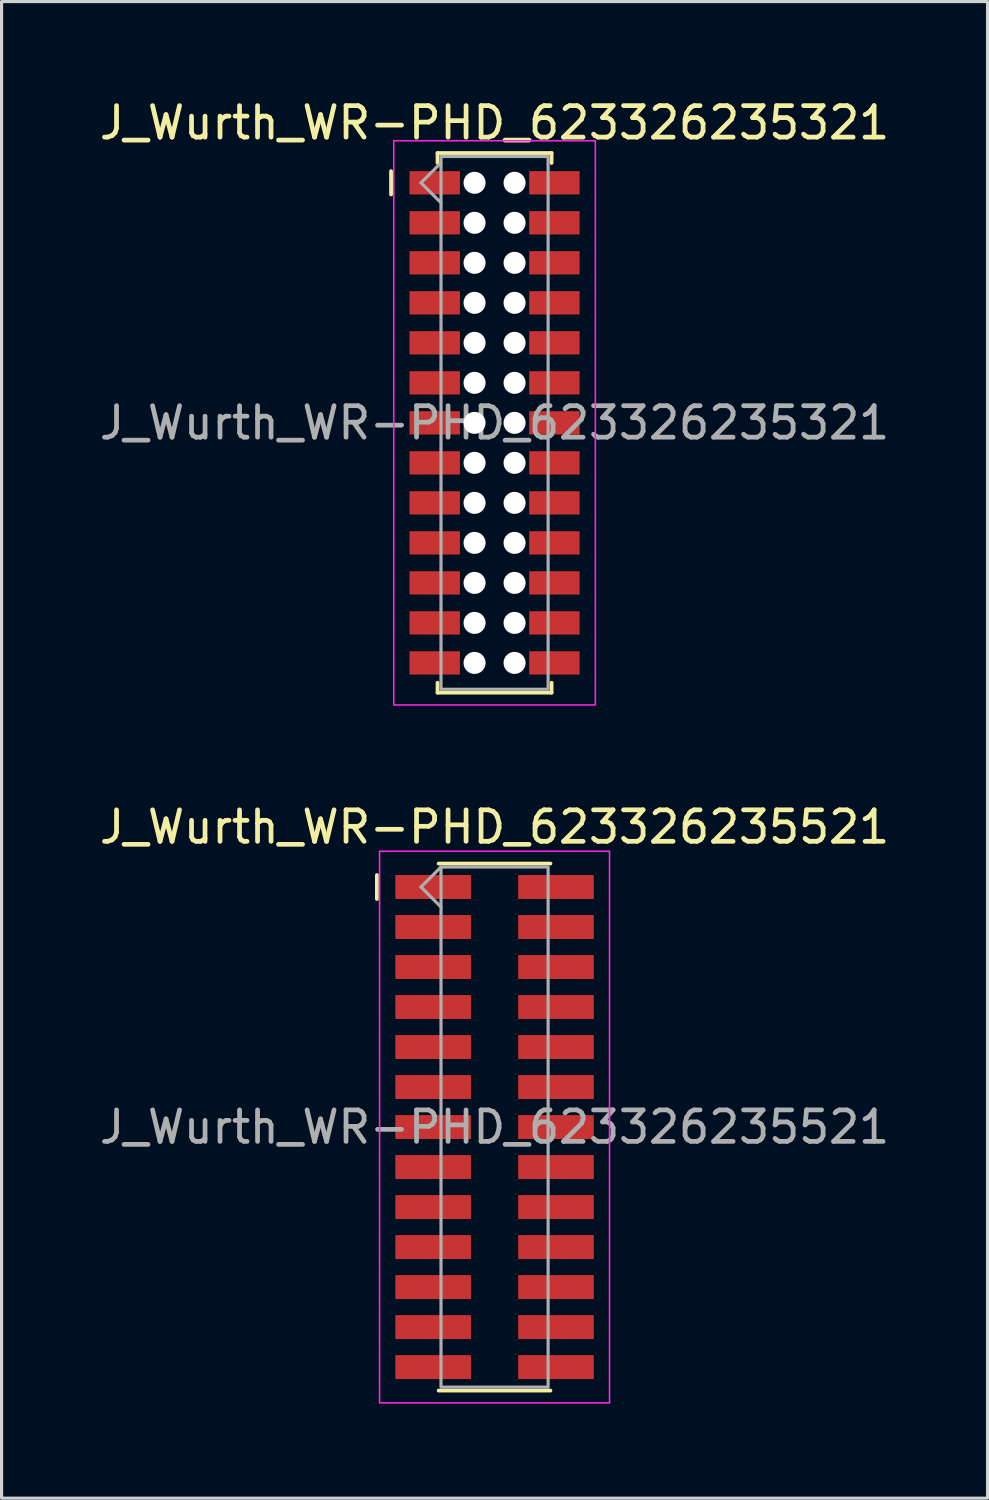
<source format=kicad_pcb>
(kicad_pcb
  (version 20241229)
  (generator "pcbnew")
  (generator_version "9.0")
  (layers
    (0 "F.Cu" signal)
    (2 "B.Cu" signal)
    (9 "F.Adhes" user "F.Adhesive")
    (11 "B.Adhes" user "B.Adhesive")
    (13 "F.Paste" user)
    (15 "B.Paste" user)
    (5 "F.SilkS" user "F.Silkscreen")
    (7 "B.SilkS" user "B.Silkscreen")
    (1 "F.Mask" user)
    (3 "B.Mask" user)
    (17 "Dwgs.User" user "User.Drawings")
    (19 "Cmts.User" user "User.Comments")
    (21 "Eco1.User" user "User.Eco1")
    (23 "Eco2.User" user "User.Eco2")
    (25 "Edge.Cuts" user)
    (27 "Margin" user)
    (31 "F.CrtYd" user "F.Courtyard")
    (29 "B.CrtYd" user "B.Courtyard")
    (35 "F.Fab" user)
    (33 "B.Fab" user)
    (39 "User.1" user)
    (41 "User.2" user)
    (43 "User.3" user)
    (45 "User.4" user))
  (footprint "J_Wurth_WR-PHD_623326235321"
    (layer "F.Cu")
    (at 12.649 10.373)
    (property "Reference" "J_Wurth_WR-PHD_623326235321" (at 0 -9.525 0) (unlocked yes) (layer "F.SilkS") (effects (font (size 1 1) (thickness 0.15))))
    (attr smd)
    (fp_line (start -3.285 -7.99) (end -3.285 -7.25) (stroke (width 0.12) (type solid)) (layer "F.SilkS"))
    (fp_line (start -1.81 -8.565) (end -1.81 -8.25) (stroke (width 0.12) (type solid)) (layer "F.SilkS"))
    (fp_line (start -1.81 8.565) (end -1.81 8.25) (stroke (width 0.12) (type solid)) (layer "F.SilkS"))
    (fp_line (start 1.81 -8.565) (end -1.81 -8.565) (stroke (width 0.12) (type solid)) (layer "F.SilkS"))
    (fp_line (start 1.81 -8.565) (end 1.81 -8.25) (stroke (width 0.12) (type solid)) (layer "F.SilkS"))
    (fp_line (start 1.81 8.25) (end 1.81 8.565) (stroke (width 0.12) (type solid)) (layer "F.SilkS"))
    (fp_line (start 1.81 8.565) (end -1.81 8.565) (stroke (width 0.12) (type solid)) (layer "F.SilkS"))
    (fp_rect (start -3.2 -8.955) (end 3.2 8.955) (stroke (width 0.05) (type solid)) (fill no) (layer "F.CrtYd"))
    (fp_line (start -2.335 -7.62) (end -1.7 -6.985) (stroke (width 0.1) (type default)) (layer "F.Fab"))
    (fp_line (start -1.7 -8.255) (end -2.335 -7.62) (stroke (width 0.1) (type default)) (layer "F.Fab"))
    (fp_rect (start -1.7 -8.455) (end 1.7 8.455) (stroke (width 0.1) (type solid)) (fill no) (layer "F.Fab"))
    (fp_text user "${REFERENCE}" (at 0 0 0) (unlocked yes) (layer "F.Fab") (effects (font (size 1 1) (thickness 0.15))))
    (pad "" np_thru_hole circle (at -0.635 -7.62 270) (size 0.7 0.7) (drill 0.7) (layers "*.Cu" "*.Mask"))
    (pad "" np_thru_hole circle (at -0.635 -6.35 270) (size 0.7 0.7) (drill 0.7) (layers "*.Cu" "*.Mask"))
    (pad "" np_thru_hole circle (at -0.635 -5.08 270) (size 0.7 0.7) (drill 0.7) (layers "*.Cu" "*.Mask"))
    (pad "" np_thru_hole circle (at -0.635 -3.81 270) (size 0.7 0.7) (drill 0.7) (layers "*.Cu" "*.Mask"))
    (pad "" np_thru_hole circle (at -0.635 -2.54 270) (size 0.7 0.7) (drill 0.7) (layers "*.Cu" "*.Mask"))
    (pad "" np_thru_hole circle (at -0.635 -1.27 270) (size 0.7 0.7) (drill 0.7) (layers "*.Cu" "*.Mask"))
    (pad "" np_thru_hole circle (at -0.635 0 270) (size 0.7 0.7) (drill 0.7) (layers "*.Cu" "*.Mask"))
    (pad "" np_thru_hole circle (at -0.635 1.27 270) (size 0.7 0.7) (drill 0.7) (layers "*.Cu" "*.Mask"))
    (pad "" np_thru_hole circle (at -0.635 2.54 270) (size 0.7 0.7) (drill 0.7) (layers "*.Cu" "*.Mask"))
    (pad "" np_thru_hole circle (at -0.635 3.81 270) (size 0.7 0.7) (drill 0.7) (layers "*.Cu" "*.Mask"))
    (pad "" np_thru_hole circle (at -0.635 5.08 270) (size 0.7 0.7) (drill 0.7) (layers "*.Cu" "*.Mask"))
    (pad "" np_thru_hole circle (at -0.635 6.35 270) (size 0.7 0.7) (drill 0.7) (layers "*.Cu" "*.Mask"))
    (pad "" np_thru_hole circle (at -0.635 7.62 270) (size 0.7 0.7) (drill 0.7) (layers "*.Cu" "*.Mask"))
    (pad "" np_thru_hole circle (at 0.635 -7.62 270) (size 0.7 0.7) (drill 0.7) (layers "*.Cu" "*.Mask"))
    (pad "" np_thru_hole circle (at 0.635 -6.35 270) (size 0.7 0.7) (drill 0.7) (layers "*.Cu" "*.Mask"))
    (pad "" np_thru_hole circle (at 0.635 -5.08 270) (size 0.7 0.7) (drill 0.7) (layers "*.Cu" "*.Mask"))
    (pad "" np_thru_hole circle (at 0.635 -3.81 270) (size 0.7 0.7) (drill 0.7) (layers "*.Cu" "*.Mask"))
    (pad "" np_thru_hole circle (at 0.635 -2.54 270) (size 0.7 0.7) (drill 0.7) (layers "*.Cu" "*.Mask"))
    (pad "" np_thru_hole circle (at 0.635 -1.27 270) (size 0.7 0.7) (drill 0.7) (layers "*.Cu" "*.Mask"))
    (pad "" np_thru_hole circle (at 0.635 0 270) (size 0.7 0.7) (drill 0.7) (layers "*.Cu" "*.Mask"))
    (pad "" np_thru_hole circle (at 0.635 1.27 270) (size 0.7 0.7) (drill 0.7) (layers "*.Cu" "*.Mask"))
    (pad "" np_thru_hole circle (at 0.635 2.54 270) (size 0.7 0.7) (drill 0.7) (layers "*.Cu" "*.Mask"))
    (pad "" np_thru_hole circle (at 0.635 3.81 270) (size 0.7 0.7) (drill 0.7) (layers "*.Cu" "*.Mask"))
    (pad "" np_thru_hole circle (at 0.635 5.08 270) (size 0.7 0.7) (drill 0.7) (layers "*.Cu" "*.Mask"))
    (pad "" np_thru_hole circle (at 0.635 6.35 270) (size 0.7 0.7) (drill 0.7) (layers "*.Cu" "*.Mask"))
    (pad "" np_thru_hole circle (at 0.635 7.62 270) (size 0.7 0.7) (drill 0.7) (layers "*.Cu" "*.Mask"))
    (pad "1" smd rect (at -1.9 -7.62 270) (size 0.74 1.6) (layers "F.Cu" "F.Mask" "F.Paste"))
    (pad "2" smd rect (at 1.9 -7.62 270) (size 0.74 1.6) (layers "F.Cu" "F.Mask" "F.Paste"))
    (pad "3" smd rect (at -1.9 -6.35 270) (size 0.74 1.6) (layers "F.Cu" "F.Mask" "F.Paste"))
    (pad "4" smd rect (at 1.9 -6.35 270) (size 0.74 1.6) (layers "F.Cu" "F.Mask" "F.Paste"))
    (pad "5" smd rect (at -1.9 -5.08 270) (size 0.74 1.6) (layers "F.Cu" "F.Mask" "F.Paste"))
    (pad "6" smd rect (at 1.9 -5.08 270) (size 0.74 1.6) (layers "F.Cu" "F.Mask" "F.Paste"))
    (pad "7" smd rect (at -1.9 -3.81 270) (size 0.74 1.6) (layers "F.Cu" "F.Mask" "F.Paste"))
    (pad "8" smd rect (at 1.9 -3.81 270) (size 0.74 1.6) (layers "F.Cu" "F.Mask" "F.Paste"))
    (pad "9" smd rect (at -1.9 -2.54 270) (size 0.74 1.6) (layers "F.Cu" "F.Mask" "F.Paste"))
    (pad "10" smd rect (at 1.9 -2.54 270) (size 0.74 1.6) (layers "F.Cu" "F.Mask" "F.Paste"))
    (pad "11" smd rect (at -1.9 -1.27 270) (size 0.74 1.6) (layers "F.Cu" "F.Mask" "F.Paste"))
    (pad "12" smd rect (at 1.9 -1.27 270) (size 0.74 1.6) (layers "F.Cu" "F.Mask" "F.Paste"))
    (pad "13" smd rect (at -1.9 0 270) (size 0.74 1.6) (layers "F.Cu" "F.Mask" "F.Paste"))
    (pad "14" smd rect (at 1.9 0 270) (size 0.74 1.6) (layers "F.Cu" "F.Mask" "F.Paste"))
    (pad "15" smd rect (at -1.9 1.27 270) (size 0.74 1.6) (layers "F.Cu" "F.Mask" "F.Paste"))
    (pad "16" smd rect (at 1.9 1.27 270) (size 0.74 1.6) (layers "F.Cu" "F.Mask" "F.Paste"))
    (pad "17" smd rect (at -1.9 2.54 270) (size 0.74 1.6) (layers "F.Cu" "F.Mask" "F.Paste"))
    (pad "18" smd rect (at 1.9 2.54 270) (size 0.74 1.6) (layers "F.Cu" "F.Mask" "F.Paste"))
    (pad "19" smd rect (at -1.9 3.81 270) (size 0.74 1.6) (layers "F.Cu" "F.Mask" "F.Paste"))
    (pad "20" smd rect (at 1.9 3.81 270) (size 0.74 1.6) (layers "F.Cu" "F.Mask" "F.Paste"))
    (pad "21" smd rect (at -1.9 5.08 270) (size 0.74 1.6) (layers "F.Cu" "F.Mask" "F.Paste"))
    (pad "22" smd rect (at 1.9 5.08 270) (size 0.74 1.6) (layers "F.Cu" "F.Mask" "F.Paste"))
    (pad "23" smd rect (at -1.9 6.35 270) (size 0.74 1.6) (layers "F.Cu" "F.Mask" "F.Paste"))
    (pad "24" smd rect (at 1.9 6.35 270) (size 0.74 1.6) (layers "F.Cu" "F.Mask" "F.Paste"))
    (pad "25" smd rect (at -1.9 7.62 270) (size 0.74 1.6) (layers "F.Cu" "F.Mask" "F.Paste"))
    (pad "26" smd rect (at 1.9 7.62 270) (size 0.74 1.6) (layers "F.Cu" "F.Mask" "F.Paste")))
  (footprint "J_Wurth_WR-PHD_623326235521"
    (layer "F.Cu")
    (at 12.649 32.727)
    (property "Reference" "J_Wurth_WR-PHD_623326235521" (at 0 -9.525 0) (unlocked yes) (layer "F.SilkS") (effects (font (size 1 1) (thickness 0.15))))
    (attr smd)
    (fp_line (start -3.735 -8) (end -3.735 -7.24) (stroke (width 0.12) (type solid)) (layer "F.SilkS"))
    (fp_line (start 1.775 -8.365) (end -1.775 -8.365) (stroke (width 0.12) (type solid)) (layer "F.SilkS"))
    (fp_line (start 1.775 8.365) (end -1.775 8.365) (stroke (width 0.12) (type solid)) (layer "F.SilkS"))
    (fp_rect (start -3.65 -8.755) (end 3.65 8.755) (stroke (width 0.05) (type solid)) (fill no) (layer "F.CrtYd"))
    (fp_line (start -2.335 -7.62) (end -1.7 -6.985) (stroke (width 0.1) (type default)) (layer "F.Fab"))
    (fp_line (start -1.7 -8.255) (end -2.335 -7.62) (stroke (width 0.1) (type default)) (layer "F.Fab"))
    (fp_rect (start -1.7 -8.255) (end 1.7 8.255) (stroke (width 0.1) (type solid)) (fill no) (layer "F.Fab"))
    (fp_text user "${REFERENCE}" (at 0 0 0) (unlocked yes) (layer "F.Fab") (effects (font (size 1 1) (thickness 0.15))))
    (pad "1" smd rect (at -1.95 -7.62 270) (size 0.76 2.4) (layers "F.Cu" "F.Mask" "F.Paste"))
    (pad "2" smd rect (at 1.95 -7.62 270) (size 0.76 2.4) (layers "F.Cu" "F.Mask" "F.Paste"))
    (pad "3" smd rect (at -1.95 -6.35 270) (size 0.76 2.4) (layers "F.Cu" "F.Mask" "F.Paste"))
    (pad "4" smd rect (at 1.95 -6.35 270) (size 0.76 2.4) (layers "F.Cu" "F.Mask" "F.Paste"))
    (pad "5" smd rect (at -1.95 -5.08 270) (size 0.76 2.4) (layers "F.Cu" "F.Mask" "F.Paste"))
    (pad "6" smd rect (at 1.95 -5.08 270) (size 0.76 2.4) (layers "F.Cu" "F.Mask" "F.Paste"))
    (pad "7" smd rect (at -1.95 -3.81 270) (size 0.76 2.4) (layers "F.Cu" "F.Mask" "F.Paste"))
    (pad "8" smd rect (at 1.95 -3.81 270) (size 0.76 2.4) (layers "F.Cu" "F.Mask" "F.Paste"))
    (pad "9" smd rect (at -1.95 -2.54 270) (size 0.76 2.4) (layers "F.Cu" "F.Mask" "F.Paste"))
    (pad "10" smd rect (at 1.95 -2.54 270) (size 0.76 2.4) (layers "F.Cu" "F.Mask" "F.Paste"))
    (pad "11" smd rect (at -1.95 -1.27 270) (size 0.76 2.4) (layers "F.Cu" "F.Mask" "F.Paste"))
    (pad "12" smd rect (at 1.95 -1.27 270) (size 0.76 2.4) (layers "F.Cu" "F.Mask" "F.Paste"))
    (pad "13" smd rect (at -1.95 0 270) (size 0.76 2.4) (layers "F.Cu" "F.Mask" "F.Paste"))
    (pad "14" smd rect (at 1.95 0 270) (size 0.76 2.4) (layers "F.Cu" "F.Mask" "F.Paste"))
    (pad "15" smd rect (at -1.95 1.27 270) (size 0.76 2.4) (layers "F.Cu" "F.Mask" "F.Paste"))
    (pad "16" smd rect (at 1.95 1.27 270) (size 0.76 2.4) (layers "F.Cu" "F.Mask" "F.Paste"))
    (pad "17" smd rect (at -1.95 2.54 270) (size 0.76 2.4) (layers "F.Cu" "F.Mask" "F.Paste"))
    (pad "18" smd rect (at 1.95 2.54 270) (size 0.76 2.4) (layers "F.Cu" "F.Mask" "F.Paste"))
    (pad "19" smd rect (at -1.95 3.81 270) (size 0.76 2.4) (layers "F.Cu" "F.Mask" "F.Paste"))
    (pad "20" smd rect (at 1.95 3.81 270) (size 0.76 2.4) (layers "F.Cu" "F.Mask" "F.Paste"))
    (pad "21" smd rect (at -1.95 5.08 270) (size 0.76 2.4) (layers "F.Cu" "F.Mask" "F.Paste"))
    (pad "22" smd rect (at 1.95 5.08 270) (size 0.76 2.4) (layers "F.Cu" "F.Mask" "F.Paste"))
    (pad "23" smd rect (at -1.95 6.35 270) (size 0.76 2.4) (layers "F.Cu" "F.Mask" "F.Paste"))
    (pad "24" smd rect (at 1.95 6.35 270) (size 0.76 2.4) (layers "F.Cu" "F.Mask" "F.Paste"))
    (pad "25" smd rect (at -1.95 7.62 270) (size 0.76 2.4) (layers "F.Cu" "F.Mask" "F.Paste"))
    (pad "26" smd rect (at 1.95 7.62 270) (size 0.76 2.4) (layers "F.Cu" "F.Mask" "F.Paste")))
  (gr_rect
    (start -3 -3)
    (end 28.298 44.507)
    (stroke (width 0.1) (type default))
    (fill no)
    (layer "Edge.Cuts")))
</source>
